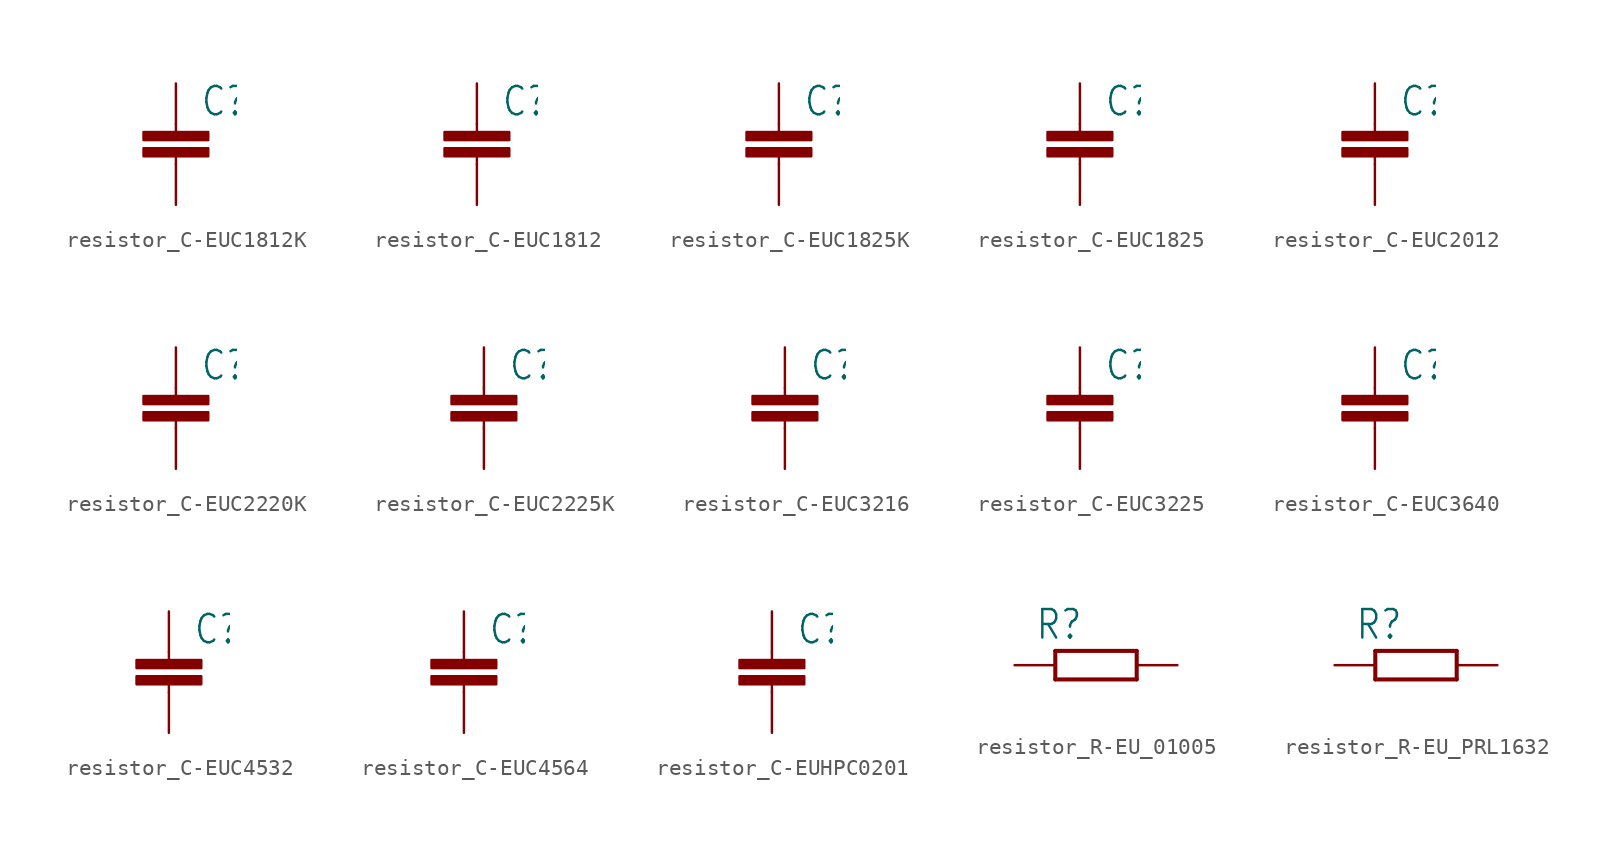
<source format=kicad_sym>
(kicad_symbol_lib
  (version 20231120)
  (generator "kicad_symbol_editor")
  (generator_version "8.0")
  (symbol "resistor_C-EUC1812K"
    (property "Reference" "C"
      (at 1.524 0.381 0)
      (effects (font (size 1.778 1.511)) (justify left bottom)))
    (property "Value" ""
      (at 1.524 -4.699 0)
      (effects (font (size 1.778 1.511)) (justify left bottom)))
    (property "ki_locked" ""
      (at 0 0 0)
      (effects (font (size 1.27 1.27))))
    (symbol "resistor_C-EUC1812K_1_0"
      (rectangle (start -2.032 -2.032) (end 2.032 -1.524) (stroke (width 0) (type default)) (fill (type outline)))
      (rectangle (start -2.032 -1.016) (end 2.032 -0.508) (stroke (width 0) (type default)) (fill (type outline)))
      (polyline (pts (xy 0 -2.54) (xy 0 -2.032)) (stroke (width 0.152) (type solid)) (fill (type none)))
      (polyline (pts (xy 0 0) (xy 0 -0.508)) (stroke (width 0.152) (type solid)) (fill (type none)))
      (pin passive line (at 0 2.54 270) (length 2.54) (name "1" (effects (font (size 0 0)))) (number "1" (effects (font (size 0 0)))))
      (pin passive line (at 0 -5.08 90) (length 2.54) (name "2" (effects (font (size 0 0)))) (number "2" (effects (font (size 0 0)))))))
  (symbol "resistor_C-EUC1812"
    (property "Reference" "C"
      (at 1.524 0.381 0)
      (effects (font (size 1.778 1.511)) (justify left bottom)))
    (property "Value" ""
      (at 1.524 -4.699 0)
      (effects (font (size 1.778 1.511)) (justify left bottom)))
    (property "ki_locked" ""
      (at 0 0 0)
      (effects (font (size 1.27 1.27))))
    (symbol "resistor_C-EUC1812_1_0"
      (rectangle (start -2.032 -2.032) (end 2.032 -1.524) (stroke (width 0) (type default)) (fill (type outline)))
      (rectangle (start -2.032 -1.016) (end 2.032 -0.508) (stroke (width 0) (type default)) (fill (type outline)))
      (polyline (pts (xy 0 -2.54) (xy 0 -2.032)) (stroke (width 0.152) (type solid)) (fill (type none)))
      (polyline (pts (xy 0 0) (xy 0 -0.508)) (stroke (width 0.152) (type solid)) (fill (type none)))
      (pin passive line (at 0 2.54 270) (length 2.54) (name "1" (effects (font (size 0 0)))) (number "1" (effects (font (size 0 0)))))
      (pin passive line (at 0 -5.08 90) (length 2.54) (name "2" (effects (font (size 0 0)))) (number "2" (effects (font (size 0 0)))))))
  (symbol "resistor_C-EUC1825K"
    (property "Reference" "C"
      (at 1.524 0.381 0)
      (effects (font (size 1.778 1.511)) (justify left bottom)))
    (property "Value" ""
      (at 1.524 -4.699 0)
      (effects (font (size 1.778 1.511)) (justify left bottom)))
    (property "ki_locked" ""
      (at 0 0 0)
      (effects (font (size 1.27 1.27))))
    (symbol "resistor_C-EUC1825K_1_0"
      (rectangle (start -2.032 -2.032) (end 2.032 -1.524) (stroke (width 0) (type default)) (fill (type outline)))
      (rectangle (start -2.032 -1.016) (end 2.032 -0.508) (stroke (width 0) (type default)) (fill (type outline)))
      (polyline (pts (xy 0 -2.54) (xy 0 -2.032)) (stroke (width 0.152) (type solid)) (fill (type none)))
      (polyline (pts (xy 0 0) (xy 0 -0.508)) (stroke (width 0.152) (type solid)) (fill (type none)))
      (pin passive line (at 0 2.54 270) (length 2.54) (name "1" (effects (font (size 0 0)))) (number "1" (effects (font (size 0 0)))))
      (pin passive line (at 0 -5.08 90) (length 2.54) (name "2" (effects (font (size 0 0)))) (number "2" (effects (font (size 0 0)))))))
  (symbol "resistor_C-EUC1825"
    (property "Reference" "C"
      (at 1.524 0.381 0)
      (effects (font (size 1.778 1.511)) (justify left bottom)))
    (property "Value" ""
      (at 1.524 -4.699 0)
      (effects (font (size 1.778 1.511)) (justify left bottom)))
    (property "ki_locked" ""
      (at 0 0 0)
      (effects (font (size 1.27 1.27))))
    (symbol "resistor_C-EUC1825_1_0"
      (rectangle (start -2.032 -2.032) (end 2.032 -1.524) (stroke (width 0) (type default)) (fill (type outline)))
      (rectangle (start -2.032 -1.016) (end 2.032 -0.508) (stroke (width 0) (type default)) (fill (type outline)))
      (polyline (pts (xy 0 -2.54) (xy 0 -2.032)) (stroke (width 0.152) (type solid)) (fill (type none)))
      (polyline (pts (xy 0 0) (xy 0 -0.508)) (stroke (width 0.152) (type solid)) (fill (type none)))
      (pin passive line (at 0 2.54 270) (length 2.54) (name "1" (effects (font (size 0 0)))) (number "1" (effects (font (size 0 0)))))
      (pin passive line (at 0 -5.08 90) (length 2.54) (name "2" (effects (font (size 0 0)))) (number "2" (effects (font (size 0 0)))))))
  (symbol "resistor_C-EUC2012"
    (property "Reference" "C"
      (at 1.524 0.381 0)
      (effects (font (size 1.778 1.511)) (justify left bottom)))
    (property "Value" ""
      (at 1.524 -4.699 0)
      (effects (font (size 1.778 1.511)) (justify left bottom)))
    (property "ki_locked" ""
      (at 0 0 0)
      (effects (font (size 1.27 1.27))))
    (symbol "resistor_C-EUC2012_1_0"
      (rectangle (start -2.032 -2.032) (end 2.032 -1.524) (stroke (width 0) (type default)) (fill (type outline)))
      (rectangle (start -2.032 -1.016) (end 2.032 -0.508) (stroke (width 0) (type default)) (fill (type outline)))
      (polyline (pts (xy 0 -2.54) (xy 0 -2.032)) (stroke (width 0.152) (type solid)) (fill (type none)))
      (polyline (pts (xy 0 0) (xy 0 -0.508)) (stroke (width 0.152) (type solid)) (fill (type none)))
      (pin passive line (at 0 2.54 270) (length 2.54) (name "1" (effects (font (size 0 0)))) (number "1" (effects (font (size 0 0)))))
      (pin passive line (at 0 -5.08 90) (length 2.54) (name "2" (effects (font (size 0 0)))) (number "2" (effects (font (size 0 0)))))))
  (symbol "resistor_C-EUC2220K"
    (property "Reference" "C"
      (at 1.524 0.381 0)
      (effects (font (size 1.778 1.511)) (justify left bottom)))
    (property "Value" ""
      (at 1.524 -4.699 0)
      (effects (font (size 1.778 1.511)) (justify left bottom)))
    (property "ki_locked" ""
      (at 0 0 0)
      (effects (font (size 1.27 1.27))))
    (symbol "resistor_C-EUC2220K_1_0"
      (rectangle (start -2.032 -2.032) (end 2.032 -1.524) (stroke (width 0) (type default)) (fill (type outline)))
      (rectangle (start -2.032 -1.016) (end 2.032 -0.508) (stroke (width 0) (type default)) (fill (type outline)))
      (polyline (pts (xy 0 -2.54) (xy 0 -2.032)) (stroke (width 0.152) (type solid)) (fill (type none)))
      (polyline (pts (xy 0 0) (xy 0 -0.508)) (stroke (width 0.152) (type solid)) (fill (type none)))
      (pin passive line (at 0 2.54 270) (length 2.54) (name "1" (effects (font (size 0 0)))) (number "1" (effects (font (size 0 0)))))
      (pin passive line (at 0 -5.08 90) (length 2.54) (name "2" (effects (font (size 0 0)))) (number "2" (effects (font (size 0 0)))))))
  (symbol "resistor_C-EUC2225K"
    (property "Reference" "C"
      (at 1.524 0.381 0)
      (effects (font (size 1.778 1.511)) (justify left bottom)))
    (property "Value" ""
      (at 1.524 -4.699 0)
      (effects (font (size 1.778 1.511)) (justify left bottom)))
    (property "ki_locked" ""
      (at 0 0 0)
      (effects (font (size 1.27 1.27))))
    (symbol "resistor_C-EUC2225K_1_0"
      (rectangle (start -2.032 -2.032) (end 2.032 -1.524) (stroke (width 0) (type default)) (fill (type outline)))
      (rectangle (start -2.032 -1.016) (end 2.032 -0.508) (stroke (width 0) (type default)) (fill (type outline)))
      (polyline (pts (xy 0 -2.54) (xy 0 -2.032)) (stroke (width 0.152) (type solid)) (fill (type none)))
      (polyline (pts (xy 0 0) (xy 0 -0.508)) (stroke (width 0.152) (type solid)) (fill (type none)))
      (pin passive line (at 0 2.54 270) (length 2.54) (name "1" (effects (font (size 0 0)))) (number "1" (effects (font (size 0 0)))))
      (pin passive line (at 0 -5.08 90) (length 2.54) (name "2" (effects (font (size 0 0)))) (number "2" (effects (font (size 0 0)))))))
  (symbol "resistor_C-EUC3216"
    (property "Reference" "C"
      (at 1.524 0.381 0)
      (effects (font (size 1.778 1.511)) (justify left bottom)))
    (property "Value" ""
      (at 1.524 -4.699 0)
      (effects (font (size 1.778 1.511)) (justify left bottom)))
    (property "ki_locked" ""
      (at 0 0 0)
      (effects (font (size 1.27 1.27))))
    (symbol "resistor_C-EUC3216_1_0"
      (rectangle (start -2.032 -2.032) (end 2.032 -1.524) (stroke (width 0) (type default)) (fill (type outline)))
      (rectangle (start -2.032 -1.016) (end 2.032 -0.508) (stroke (width 0) (type default)) (fill (type outline)))
      (polyline (pts (xy 0 -2.54) (xy 0 -2.032)) (stroke (width 0.152) (type solid)) (fill (type none)))
      (polyline (pts (xy 0 0) (xy 0 -0.508)) (stroke (width 0.152) (type solid)) (fill (type none)))
      (pin passive line (at 0 2.54 270) (length 2.54) (name "1" (effects (font (size 0 0)))) (number "1" (effects (font (size 0 0)))))
      (pin passive line (at 0 -5.08 90) (length 2.54) (name "2" (effects (font (size 0 0)))) (number "2" (effects (font (size 0 0)))))))
  (symbol "resistor_C-EUC3225"
    (property "Reference" "C"
      (at 1.524 0.381 0)
      (effects (font (size 1.778 1.511)) (justify left bottom)))
    (property "Value" ""
      (at 1.524 -4.699 0)
      (effects (font (size 1.778 1.511)) (justify left bottom)))
    (property "ki_locked" ""
      (at 0 0 0)
      (effects (font (size 1.27 1.27))))
    (symbol "resistor_C-EUC3225_1_0"
      (rectangle (start -2.032 -2.032) (end 2.032 -1.524) (stroke (width 0) (type default)) (fill (type outline)))
      (rectangle (start -2.032 -1.016) (end 2.032 -0.508) (stroke (width 0) (type default)) (fill (type outline)))
      (polyline (pts (xy 0 -2.54) (xy 0 -2.032)) (stroke (width 0.152) (type solid)) (fill (type none)))
      (polyline (pts (xy 0 0) (xy 0 -0.508)) (stroke (width 0.152) (type solid)) (fill (type none)))
      (pin passive line (at 0 2.54 270) (length 2.54) (name "1" (effects (font (size 0 0)))) (number "1" (effects (font (size 0 0)))))
      (pin passive line (at 0 -5.08 90) (length 2.54) (name "2" (effects (font (size 0 0)))) (number "2" (effects (font (size 0 0)))))))
  (symbol "resistor_C-EUC3640"
    (property "Reference" "C"
      (at 1.524 0.381 0)
      (effects (font (size 1.778 1.511)) (justify left bottom)))
    (property "Value" ""
      (at 1.524 -4.699 0)
      (effects (font (size 1.778 1.511)) (justify left bottom)))
    (property "ki_locked" ""
      (at 0 0 0)
      (effects (font (size 1.27 1.27))))
    (symbol "resistor_C-EUC3640_1_0"
      (rectangle (start -2.032 -2.032) (end 2.032 -1.524) (stroke (width 0) (type default)) (fill (type outline)))
      (rectangle (start -2.032 -1.016) (end 2.032 -0.508) (stroke (width 0) (type default)) (fill (type outline)))
      (polyline (pts (xy 0 -2.54) (xy 0 -2.032)) (stroke (width 0.152) (type solid)) (fill (type none)))
      (polyline (pts (xy 0 0) (xy 0 -0.508)) (stroke (width 0.152) (type solid)) (fill (type none)))
      (pin passive line (at 0 2.54 270) (length 2.54) (name "1" (effects (font (size 0 0)))) (number "1" (effects (font (size 0 0)))))
      (pin passive line (at 0 -5.08 90) (length 2.54) (name "2" (effects (font (size 0 0)))) (number "2" (effects (font (size 0 0)))))))
  (symbol "resistor_C-EUC4532"
    (property "Reference" "C"
      (at 1.524 0.381 0)
      (effects (font (size 1.778 1.511)) (justify left bottom)))
    (property "Value" ""
      (at 1.524 -4.699 0)
      (effects (font (size 1.778 1.511)) (justify left bottom)))
    (property "ki_locked" ""
      (at 0 0 0)
      (effects (font (size 1.27 1.27))))
    (symbol "resistor_C-EUC4532_1_0"
      (rectangle (start -2.032 -2.032) (end 2.032 -1.524) (stroke (width 0) (type default)) (fill (type outline)))
      (rectangle (start -2.032 -1.016) (end 2.032 -0.508) (stroke (width 0) (type default)) (fill (type outline)))
      (polyline (pts (xy 0 -2.54) (xy 0 -2.032)) (stroke (width 0.152) (type solid)) (fill (type none)))
      (polyline (pts (xy 0 0) (xy 0 -0.508)) (stroke (width 0.152) (type solid)) (fill (type none)))
      (pin passive line (at 0 2.54 270) (length 2.54) (name "1" (effects (font (size 0 0)))) (number "1" (effects (font (size 0 0)))))
      (pin passive line (at 0 -5.08 90) (length 2.54) (name "2" (effects (font (size 0 0)))) (number "2" (effects (font (size 0 0)))))))
  (symbol "resistor_C-EUC4564"
    (property "Reference" "C"
      (at 1.524 0.381 0)
      (effects (font (size 1.778 1.511)) (justify left bottom)))
    (property "Value" ""
      (at 1.524 -4.699 0)
      (effects (font (size 1.778 1.511)) (justify left bottom)))
    (property "ki_locked" ""
      (at 0 0 0)
      (effects (font (size 1.27 1.27))))
    (symbol "resistor_C-EUC4564_1_0"
      (rectangle (start -2.032 -2.032) (end 2.032 -1.524) (stroke (width 0) (type default)) (fill (type outline)))
      (rectangle (start -2.032 -1.016) (end 2.032 -0.508) (stroke (width 0) (type default)) (fill (type outline)))
      (polyline (pts (xy 0 -2.54) (xy 0 -2.032)) (stroke (width 0.152) (type solid)) (fill (type none)))
      (polyline (pts (xy 0 0) (xy 0 -0.508)) (stroke (width 0.152) (type solid)) (fill (type none)))
      (pin passive line (at 0 2.54 270) (length 2.54) (name "1" (effects (font (size 0 0)))) (number "1" (effects (font (size 0 0)))))
      (pin passive line (at 0 -5.08 90) (length 2.54) (name "2" (effects (font (size 0 0)))) (number "2" (effects (font (size 0 0)))))))
  (symbol "resistor_C-EUHPC0201"
    (property "Reference" "C"
      (at 1.524 0.381 0)
      (effects (font (size 1.778 1.511)) (justify left bottom)))
    (property "Value" ""
      (at 1.524 -4.699 0)
      (effects (font (size 1.778 1.511)) (justify left bottom)))
    (property "ki_locked" ""
      (at 0 0 0)
      (effects (font (size 1.27 1.27))))
    (symbol "resistor_C-EUHPC0201_1_0"
      (rectangle (start -2.032 -2.032) (end 2.032 -1.524) (stroke (width 0) (type default)) (fill (type outline)))
      (rectangle (start -2.032 -1.016) (end 2.032 -0.508) (stroke (width 0) (type default)) (fill (type outline)))
      (polyline (pts (xy 0 -2.54) (xy 0 -2.032)) (stroke (width 0.152) (type solid)) (fill (type none)))
      (polyline (pts (xy 0 0) (xy 0 -0.508)) (stroke (width 0.152) (type solid)) (fill (type none)))
      (pin passive line (at 0 2.54 270) (length 2.54) (name "1" (effects (font (size 0 0)))) (number "1" (effects (font (size 0 0)))))
      (pin passive line (at 0 -5.08 90) (length 2.54) (name "2" (effects (font (size 0 0)))) (number "2" (effects (font (size 0 0)))))))
  (symbol "resistor_R-EU_01005"
    (property "Reference" "R"
      (at -3.81 1.499 0)
      (effects (font (size 1.778 1.511)) (justify left bottom)))
    (property "Value" ""
      (at -3.81 -3.302 0)
      (effects (font (size 1.778 1.511)) (justify left bottom)))
    (property "ki_locked" ""
      (at 0 0 0)
      (effects (font (size 1.27 1.27))))
    (symbol "resistor_R-EU_01005_1_0"
      (polyline (pts (xy -2.54 -0.889) (xy -2.54 0.889)) (stroke (width 0.254) (type solid)) (fill (type none)))
      (polyline (pts (xy -2.54 -0.889) (xy 2.54 -0.889)) (stroke (width 0.254) (type solid)) (fill (type none)))
      (polyline (pts (xy 2.54 -0.889) (xy 2.54 0.889)) (stroke (width 0.254) (type solid)) (fill (type none)))
      (polyline (pts (xy 2.54 0.889) (xy -2.54 0.889)) (stroke (width 0.254) (type solid)) (fill (type none)))
      (pin passive line (at -5.08 0 0) (length 2.54) (name "1" (effects (font (size 0 0)))) (number "1" (effects (font (size 0 0)))))
      (pin passive line (at 5.08 0 180) (length 2.54) (name "2" (effects (font (size 0 0)))) (number "2" (effects (font (size 0 0)))))))
  (symbol "resistor_R-EU_PRL1632"
    (property "Reference" "R"
      (at -3.81 1.499 0)
      (effects (font (size 1.778 1.511)) (justify left bottom)))
    (property "Value" ""
      (at -3.81 -3.302 0)
      (effects (font (size 1.778 1.511)) (justify left bottom)))
    (property "ki_locked" ""
      (at 0 0 0)
      (effects (font (size 1.27 1.27))))
    (symbol "resistor_R-EU_PRL1632_1_0"
      (polyline (pts (xy -2.54 -0.889) (xy -2.54 0.889)) (stroke (width 0.254) (type solid)) (fill (type none)))
      (polyline (pts (xy -2.54 -0.889) (xy 2.54 -0.889)) (stroke (width 0.254) (type solid)) (fill (type none)))
      (polyline (pts (xy 2.54 -0.889) (xy 2.54 0.889)) (stroke (width 0.254) (type solid)) (fill (type none)))
      (polyline (pts (xy 2.54 0.889) (xy -2.54 0.889)) (stroke (width 0.254) (type solid)) (fill (type none)))
      (pin passive line (at -5.08 0 0) (length 2.54) (name "1" (effects (font (size 0 0)))) (number "1" (effects (font (size 0 0)))))
      (pin passive line (at 5.08 0 180) (length 2.54) (name "2" (effects (font (size 0 0)))) (number "2" (effects (font (size 0 0))))))))
</source>
